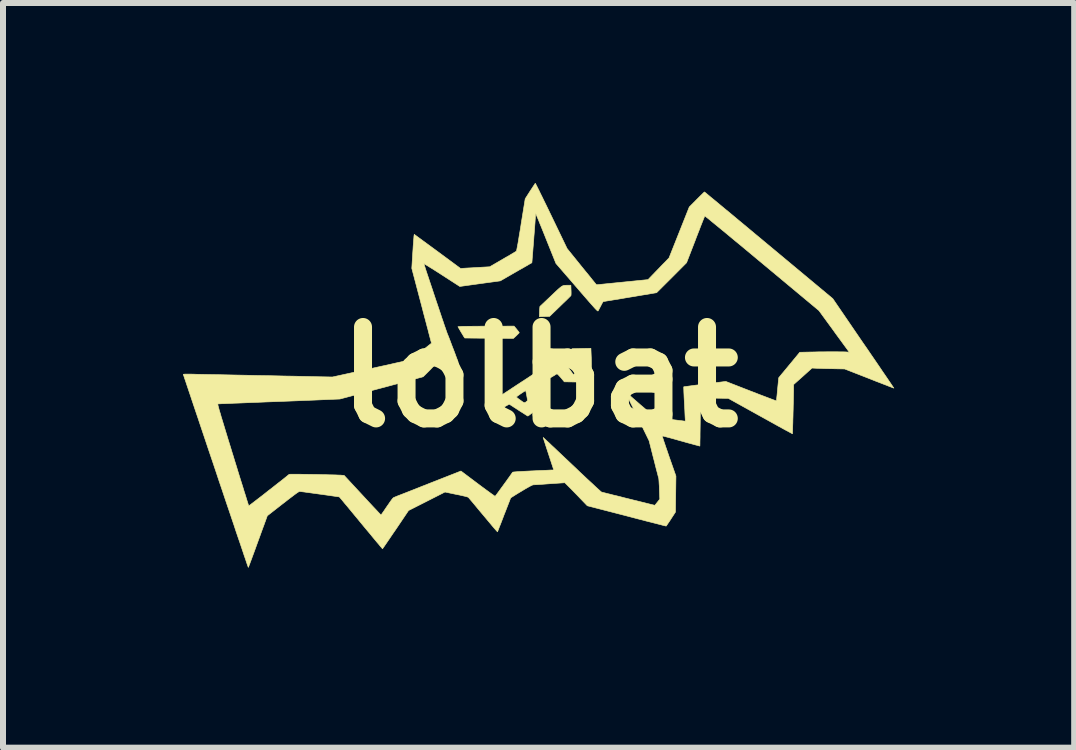
<source format=kicad_pcb>
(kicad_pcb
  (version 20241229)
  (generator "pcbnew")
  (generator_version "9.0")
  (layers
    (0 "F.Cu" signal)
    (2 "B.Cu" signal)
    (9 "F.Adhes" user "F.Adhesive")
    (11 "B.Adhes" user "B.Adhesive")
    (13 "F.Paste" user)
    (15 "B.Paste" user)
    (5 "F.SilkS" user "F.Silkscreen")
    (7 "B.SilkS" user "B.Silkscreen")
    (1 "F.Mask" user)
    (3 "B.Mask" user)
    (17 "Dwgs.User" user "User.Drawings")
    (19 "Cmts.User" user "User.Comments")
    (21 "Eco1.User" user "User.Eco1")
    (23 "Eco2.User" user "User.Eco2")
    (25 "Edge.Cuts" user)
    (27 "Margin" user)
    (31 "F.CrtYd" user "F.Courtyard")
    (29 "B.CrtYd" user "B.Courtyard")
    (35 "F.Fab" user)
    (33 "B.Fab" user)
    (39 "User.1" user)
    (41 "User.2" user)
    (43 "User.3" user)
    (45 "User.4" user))
  (footprint "lolbat"
    (layer "F.Cu")
    (at 5.939 3.234)
    (property "Reference" "lolbat" (at 0 0 0) (layer "F.SilkS") (effects (font (size 1.524 1.524) (thickness 0.3))))
    (attr through_hole)
    (fp_poly (pts (xy -0.378 -0.797) (xy -0.361 -0.775) (xy -0.346 -0.757) (xy -0.338 -0.744) (xy -0.335 -0.74) (xy -0.34 -0.733) (xy -0.352 -0.721) (xy -0.369 -0.704) (xy -0.384 -0.689) (xy -0.433 -0.644) (xy -0.673 -0.646) (xy -0.736 -0.646) (xy -0.802 -0.647) (xy -0.87 -0.647) (xy -0.935 -0.648) (xy -0.996 -0.648) (xy -1.049 -0.649) (xy -1.079 -0.649) (xy -1.244 -0.651) (xy -1.263 -0.68) (xy -1.273 -0.697) (xy -1.288 -0.722) (xy -1.305 -0.75) (xy -1.319 -0.774) (xy -1.357 -0.839) (xy -1.315 -0.843) (xy -1.302 -0.844) (xy -1.277 -0.845) (xy -1.242 -0.845) (xy -1.199 -0.846) (xy -1.147 -0.846) (xy -1.089 -0.847) (xy -1.026 -0.847) (xy -0.957 -0.848) (xy -0.886 -0.848) (xy -0.847 -0.848) (xy -0.422 -0.849) (xy -0.378 -0.797)) (stroke (width 0.01) (type solid)) (fill yes) (layer "F.SilkS"))
    (fp_poly (pts (xy 0.528 -1.448) (xy 0.529 -1.417) (xy 0.529 -1.39) (xy 0.528 -1.37) (xy 0.527 -1.36) (xy 0.527 -1.359) (xy 0.522 -1.353) (xy 0.509 -1.34) (xy 0.489 -1.32) (xy 0.463 -1.294) (xy 0.432 -1.264) (xy 0.396 -1.23) (xy 0.358 -1.193) (xy 0.347 -1.182) (xy 0.17 -1.011) (xy 0.085 -1.009) (xy 0 -1.006) (xy 0.001 -1.053) (xy 0.002 -1.083) (xy 0.003 -1.114) (xy 0.005 -1.138) (xy 0.009 -1.176) (xy 0.191 -1.348) (xy 0.237 -1.392) (xy 0.275 -1.428) (xy 0.306 -1.457) (xy 0.332 -1.48) (xy 0.353 -1.497) (xy 0.37 -1.51) (xy 0.386 -1.519) (xy 0.401 -1.525) (xy 0.416 -1.528) (xy 0.432 -1.529) (xy 0.451 -1.53) (xy 0.474 -1.53) (xy 0.478 -1.53) (xy 0.525 -1.53) (xy 0.528 -1.448)) (stroke (width 0.01) (type solid)) (fill yes) (layer "F.SilkS"))
    (fp_poly (pts (xy 0.863 -0.371) (xy 0.865 -0.328) (xy 0.866 -0.277) (xy 0.867 -0.223) (xy 0.867 -0.171) (xy 0.867 -0.139) (xy 0.867 -0.015) (xy 0.765 0.085) (xy 0.59 0.082) (xy 0.416 0.079) (xy 0.359 0.011) (xy 0.332 -0.019) (xy 0.312 -0.04) (xy 0.299 -0.051) (xy 0.292 -0.053) (xy 0.284 -0.049) (xy 0.268 -0.039) (xy 0.244 -0.024) (xy 0.213 -0.006) (xy 0.178 0.015) (xy 0.139 0.039) (xy 0.134 0.042) (xy -0.014 0.133) (xy -0.01 0.198) (xy -0.009 0.226) (xy -0.007 0.263) (xy -0.005 0.305) (xy -0.004 0.349) (xy -0.002 0.384) (xy 0.002 0.505) (xy -0.094 0.578) (xy -0.124 0.6) (xy -0.15 0.62) (xy -0.171 0.636) (xy -0.186 0.646) (xy -0.192 0.65) (xy -0.192 0.65) (xy -0.198 0.647) (xy -0.213 0.638) (xy -0.235 0.624) (xy -0.264 0.605) (xy -0.299 0.583) (xy -0.337 0.559) (xy -0.349 0.551) (xy -0.502 0.452) (xy -0.605 0.508) (xy -0.702 0.463) (xy -0.734 0.448) (xy -0.761 0.435) (xy -0.782 0.424) (xy -0.794 0.417) (xy -0.798 0.414) (xy -0.797 0.413) (xy -0.796 0.412) (xy -0.794 0.41) (xy -0.79 0.408) (xy -0.785 0.404) (xy -0.776 0.398) (xy -0.765 0.39) (xy -0.75 0.38) (xy -0.73 0.367) (xy -0.707 0.351) (xy -0.68 0.334) (xy -0.384 0.334) (xy -0.379 0.338) (xy -0.366 0.349) (xy -0.347 0.364) (xy -0.323 0.381) (xy -0.317 0.385) (xy -0.29 0.405) (xy -0.27 0.418) (xy -0.256 0.425) (xy -0.244 0.426) (xy -0.234 0.422) (xy -0.222 0.414) (xy -0.214 0.407) (xy -0.196 0.392) (xy -0.21 0.312) (xy -0.216 0.282) (xy -0.221 0.256) (xy -0.225 0.238) (xy -0.228 0.228) (xy -0.229 0.228) (xy -0.235 0.23) (xy -0.248 0.237) (xy -0.268 0.25) (xy -0.291 0.265) (xy -0.315 0.281) (xy -0.339 0.298) (xy -0.36 0.313) (xy -0.375 0.325) (xy -0.383 0.332) (xy -0.384 0.334) (xy -0.68 0.334) (xy -0.678 0.332) (xy -0.644 0.31) (xy -0.603 0.283) (xy -0.556 0.252) (xy -0.502 0.217) (xy -0.441 0.176) (xy -0.371 0.13) (xy -0.293 0.079) (xy -0.205 0.022) (xy -0.109 -0.042) (xy -0.041 -0.086) (xy 0.111 -0.187) (xy 0.469 -0.187) (xy 0.471 -0.18) (xy 0.479 -0.166) (xy 0.492 -0.146) (xy 0.509 -0.121) (xy 0.515 -0.113) (xy 0.565 -0.044) (xy 0.597 -0.057) (xy 0.621 -0.066) (xy 0.646 -0.076) (xy 0.655 -0.08) (xy 0.672 -0.086) (xy 0.679 -0.093) (xy 0.68 -0.103) (xy 0.679 -0.111) (xy 0.677 -0.127) (xy 0.674 -0.151) (xy 0.671 -0.179) (xy 0.669 -0.201) (xy 0.666 -0.237) (xy 0.663 -0.262) (xy 0.659 -0.278) (xy 0.652 -0.286) (xy 0.641 -0.285) (xy 0.623 -0.277) (xy 0.598 -0.263) (xy 0.565 -0.244) (xy 0.535 -0.226) (xy 0.508 -0.21) (xy 0.487 -0.198) (xy 0.473 -0.189) (xy 0.469 -0.187) (xy 0.111 -0.187) (xy 0.547 -0.472) (xy 0.703 -0.476) (xy 0.859 -0.479) (xy 0.863 -0.371)) (stroke (width 0.01) (type solid)) (fill yes) (layer "F.SilkS"))
    (fp_poly (pts (xy -0.065 -3.225) (xy -0.057 -3.21) (xy -0.044 -3.185) (xy -0.027 -3.151) (xy -0.006 -3.109) (xy 0.018 -3.059) (xy 0.046 -3.003) (xy 0.076 -2.941) (xy 0.109 -2.874) (xy 0.144 -2.802) (xy 0.18 -2.727) (xy 0.199 -2.688) (xy 0.462 -2.142) (xy 0.693 -1.856) (xy 0.735 -1.804) (xy 0.775 -1.755) (xy 0.813 -1.709) (xy 0.847 -1.667) (xy 0.876 -1.63) (xy 0.901 -1.6) (xy 0.92 -1.576) (xy 0.933 -1.561) (xy 0.938 -1.554) (xy 0.952 -1.538) (xy 1.811 -1.624) (xy 1.923 -1.74) (xy 1.958 -1.776) (xy 1.994 -1.813) (xy 2.028 -1.849) (xy 2.06 -1.882) (xy 2.087 -1.909) (xy 2.098 -1.92) (xy 2.161 -1.986) (xy 2.498 -2.834) (xy 2.623 -2.96) (xy 2.655 -2.992) (xy 2.684 -3.021) (xy 2.71 -3.046) (xy 2.73 -3.066) (xy 2.744 -3.079) (xy 2.751 -3.085) (xy 2.752 -3.085) (xy 2.757 -3.081) (xy 2.771 -3.07) (xy 2.794 -3.051) (xy 2.825 -3.025) (xy 2.863 -2.993) (xy 2.91 -2.955) (xy 2.963 -2.911) (xy 3.023 -2.861) (xy 3.088 -2.807) (xy 3.16 -2.748) (xy 3.237 -2.684) (xy 3.318 -2.616) (xy 3.404 -2.545) (xy 3.494 -2.47) (xy 3.587 -2.392) (xy 3.684 -2.312) (xy 3.783 -2.229) (xy 3.823 -2.196) (xy 4.89 -1.307) (xy 5.399 -0.562) (xy 5.459 -0.476) (xy 5.516 -0.392) (xy 5.571 -0.312) (xy 5.623 -0.236) (xy 5.672 -0.164) (xy 5.717 -0.097) (xy 5.759 -0.036) (xy 5.796 0.018) (xy 5.828 0.066) (xy 5.856 0.107) (xy 5.878 0.14) (xy 5.894 0.164) (xy 5.904 0.179) (xy 5.908 0.184) (xy 5.908 0.184) (xy 5.902 0.182) (xy 5.885 0.176) (xy 5.859 0.166) (xy 5.824 0.153) (xy 5.782 0.136) (xy 5.732 0.117) (xy 5.676 0.095) (xy 5.615 0.072) (xy 5.55 0.046) (xy 5.497 0.025) (xy 5.088 -0.135) (xy 4.896 -0.139) (xy 4.844 -0.14) (xy 4.792 -0.141) (xy 4.741 -0.142) (xy 4.695 -0.144) (xy 4.657 -0.145) (xy 4.628 -0.146) (xy 4.625 -0.146) (xy 4.544 -0.15) (xy 4.391 -0.012) (xy 4.237 0.125) (xy 4.237 0.176) (xy 4.237 0.197) (xy 4.237 0.227) (xy 4.236 0.266) (xy 4.235 0.311) (xy 4.234 0.362) (xy 4.233 0.417) (xy 4.231 0.475) (xy 4.23 0.535) (xy 4.228 0.595) (xy 4.227 0.655) (xy 4.225 0.712) (xy 4.224 0.766) (xy 4.222 0.815) (xy 4.221 0.858) (xy 4.22 0.894) (xy 4.219 0.921) (xy 4.218 0.938) (xy 4.218 0.945) (xy 4.218 0.945) (xy 4.212 0.942) (xy 4.196 0.934) (xy 4.171 0.92) (xy 4.138 0.902) (xy 4.096 0.88) (xy 4.047 0.853) (xy 3.992 0.823) (xy 3.931 0.789) (xy 3.866 0.753) (xy 3.796 0.714) (xy 3.722 0.673) (xy 3.682 0.651) (xy 3.149 0.355) (xy 2.684 0.348) (xy 2.681 0.748) (xy 2.68 0.817) (xy 2.679 0.882) (xy 2.678 0.943) (xy 2.678 0.998) (xy 2.677 1.046) (xy 2.676 1.086) (xy 2.676 1.117) (xy 2.675 1.139) (xy 2.675 1.149) (xy 2.675 1.15) (xy 2.668 1.149) (xy 2.651 1.144) (xy 2.625 1.137) (xy 2.589 1.128) (xy 2.547 1.116) (xy 2.498 1.103) (xy 2.443 1.088) (xy 2.385 1.071) (xy 2.361 1.065) (xy 2.301 1.048) (xy 2.245 1.032) (xy 2.194 1.018) (xy 2.149 1.006) (xy 2.11 0.996) (xy 2.08 0.988) (xy 2.059 0.983) (xy 2.048 0.981) (xy 2.047 0.981) (xy 2.048 0.987) (xy 2.053 1.004) (xy 2.062 1.03) (xy 2.073 1.065) (xy 2.088 1.108) (xy 2.104 1.157) (xy 2.123 1.211) (xy 2.143 1.27) (xy 2.159 1.317) (xy 2.276 1.65) (xy 2.272 1.95) (xy 2.268 2.25) (xy 2.192 2.367) (xy 2.17 2.401) (xy 2.15 2.43) (xy 2.133 2.455) (xy 2.121 2.473) (xy 2.113 2.483) (xy 2.112 2.484) (xy 2.106 2.482) (xy 2.088 2.478) (xy 2.06 2.471) (xy 2.022 2.461) (xy 1.976 2.449) (xy 1.921 2.435) (xy 1.859 2.419) (xy 1.79 2.402) (xy 1.716 2.382) (xy 1.636 2.362) (xy 1.553 2.34) (xy 1.465 2.317) (xy 1.454 2.314) (xy 0.799 2.145) (xy 0.686 2.028) (xy 0.651 1.991) (xy 0.613 1.952) (xy 0.576 1.914) (xy 0.541 1.878) (xy 0.511 1.848) (xy 0.499 1.836) (xy 0.424 1.761) (xy 0.17 1.778) (xy 0.115 1.782) (xy 0.062 1.786) (xy 0.015 1.789) (xy -0.027 1.792) (xy -0.061 1.794) (xy -0.086 1.795) (xy -0.1 1.796) (xy -0.103 1.796) (xy -0.113 1.799) (xy -0.131 1.807) (xy -0.157 1.82) (xy -0.191 1.839) (xy -0.235 1.864) (xy -0.288 1.896) (xy -0.298 1.902) (xy -0.34 1.927) (xy -0.379 1.951) (xy -0.413 1.972) (xy -0.441 1.99) (xy -0.462 2.003) (xy -0.475 2.012) (xy -0.477 2.015) (xy -0.481 2.022) (xy -0.488 2.039) (xy -0.498 2.066) (xy -0.512 2.101) (xy -0.528 2.143) (xy -0.547 2.191) (xy -0.567 2.243) (xy -0.589 2.298) (xy -0.61 2.354) (xy -0.63 2.406) (xy -0.648 2.453) (xy -0.665 2.494) (xy -0.678 2.529) (xy -0.688 2.555) (xy -0.695 2.572) (xy -0.698 2.579) (xy -0.698 2.579) (xy -0.702 2.575) (xy -0.714 2.563) (xy -0.732 2.542) (xy -0.756 2.515) (xy -0.785 2.481) (xy -0.818 2.441) (xy -0.855 2.397) (xy -0.895 2.349) (xy -0.936 2.3) (xy -0.979 2.249) (xy -1.02 2.2) (xy -1.057 2.155) (xy -1.091 2.114) (xy -1.121 2.078) (xy -1.146 2.049) (xy -1.165 2.026) (xy -1.177 2.012) (xy -1.182 2.006) (xy -1.191 2.001) (xy -1.21 1.995) (xy -1.239 1.987) (xy -1.279 1.978) (xy -1.331 1.966) (xy -1.383 1.956) (xy -1.573 1.916) (xy -1.876 2.07) (xy -2.18 2.224) (xy -2.395 2.543) (xy -2.434 2.599) (xy -2.47 2.652) (xy -2.503 2.701) (xy -2.533 2.745) (xy -2.559 2.783) (xy -2.581 2.815) (xy -2.598 2.839) (xy -2.609 2.855) (xy -2.614 2.861) (xy -2.614 2.862) (xy -2.619 2.857) (xy -2.63 2.843) (xy -2.649 2.822) (xy -2.673 2.792) (xy -2.704 2.756) (xy -2.739 2.714) (xy -2.779 2.666) (xy -2.822 2.613) (xy -2.87 2.556) (xy -2.92 2.496) (xy -2.972 2.433) (xy -2.974 2.431) (xy -3.026 2.367) (xy -3.076 2.307) (xy -3.123 2.25) (xy -3.167 2.197) (xy -3.207 2.148) (xy -3.243 2.106) (xy -3.273 2.069) (xy -3.298 2.039) (xy -3.317 2.017) (xy -3.329 2.003) (xy -3.333 1.998) (xy -3.333 1.998) (xy -3.34 1.996) (xy -3.358 1.994) (xy -3.385 1.99) (xy -3.42 1.985) (xy -3.462 1.979) (xy -3.509 1.972) (xy -3.56 1.965) (xy -3.614 1.957) (xy -3.669 1.95) (xy -3.724 1.942) (xy -3.777 1.935) (xy -3.828 1.928) (xy -3.874 1.922) (xy -3.914 1.916) (xy -3.948 1.912) (xy -3.972 1.909) (xy -3.987 1.907) (xy -3.99 1.907) (xy -3.995 1.907) (xy -4.002 1.908) (xy -4.01 1.912) (xy -4.021 1.919) (xy -4.036 1.928) (xy -4.055 1.942) (xy -4.08 1.96) (xy -4.11 1.983) (xy -4.147 2.011) (xy -4.193 2.046) (xy -4.246 2.088) (xy -4.273 2.108) (xy -4.534 2.312) (xy -4.558 2.378) (xy -4.564 2.396) (xy -4.575 2.424) (xy -4.588 2.461) (xy -4.605 2.506) (xy -4.624 2.558) (xy -4.645 2.616) (xy -4.667 2.677) (xy -4.691 2.742) (xy -4.715 2.808) (xy -4.738 2.872) (xy -4.76 2.932) (xy -4.781 2.988) (xy -4.799 3.038) (xy -4.816 3.082) (xy -4.829 3.118) (xy -4.84 3.146) (xy -4.847 3.164) (xy -4.851 3.172) (xy -4.851 3.172) (xy -4.853 3.166) (xy -4.859 3.149) (xy -4.869 3.121) (xy -4.882 3.083) (xy -4.898 3.035) (xy -4.918 2.978) (xy -4.94 2.911) (xy -4.965 2.837) (xy -4.993 2.754) (xy -5.024 2.664) (xy -5.057 2.567) (xy -5.091 2.463) (xy -5.128 2.354) (xy -5.167 2.238) (xy -5.208 2.118) (xy -5.25 1.993) (xy -5.293 1.864) (xy -5.338 1.732) (xy -5.383 1.596) (xy -5.392 1.569) (xy -5.438 1.432) (xy -5.483 1.299) (xy -5.527 1.169) (xy -5.569 1.043) (xy -5.61 0.921) (xy -5.649 0.805) (xy -5.686 0.694) (xy -5.722 0.588) (xy -5.755 0.49) (xy -5.768 0.45) (xy -5.36 0.45) (xy -5.359 0.456) (xy -5.357 0.467) (xy -5.353 0.483) (xy -5.347 0.505) (xy -5.34 0.533) (xy -5.33 0.568) (xy -5.317 0.61) (xy -5.303 0.66) (xy -5.285 0.718) (xy -5.265 0.784) (xy -5.242 0.86) (xy -5.216 0.945) (xy -5.187 1.041) (xy -5.154 1.147) (xy -5.118 1.265) (xy -5.108 1.296) (xy -5.078 1.395) (xy -5.048 1.491) (xy -5.02 1.583) (xy -4.993 1.671) (xy -4.967 1.753) (xy -4.943 1.829) (xy -4.922 1.899) (xy -4.902 1.961) (xy -4.885 2.016) (xy -4.871 2.062) (xy -4.859 2.099) (xy -4.851 2.125) (xy -4.845 2.142) (xy -4.843 2.147) (xy -4.838 2.143) (xy -4.824 2.133) (xy -4.803 2.117) (xy -4.774 2.095) (xy -4.74 2.069) (xy -4.7 2.038) (xy -4.657 2.005) (xy -4.61 1.969) (xy -4.562 1.931) (xy -4.513 1.892) (xy -4.463 1.854) (xy -4.414 1.815) (xy -4.367 1.778) (xy -4.323 1.744) (xy -4.282 1.712) (xy -4.246 1.683) (xy -4.216 1.659) (xy -4.193 1.64) (xy -4.177 1.627) (xy -4.174 1.625) (xy -4.171 1.623) (xy -4.165 1.621) (xy -4.155 1.62) (xy -4.141 1.619) (xy -4.121 1.619) (xy -4.094 1.619) (xy -4.061 1.619) (xy -4.02 1.619) (xy -3.969 1.62) (xy -3.909 1.621) (xy -3.838 1.622) (xy -3.766 1.623) (xy -3.695 1.624) (xy -3.626 1.626) (xy -3.561 1.627) (xy -3.5 1.629) (xy -3.446 1.63) (xy -3.399 1.631) (xy -3.36 1.633) (xy -3.331 1.634) (xy -3.313 1.634) (xy -3.311 1.635) (xy -3.254 1.639) (xy -2.949 1.968) (xy -2.899 2.022) (xy -2.851 2.074) (xy -2.807 2.121) (xy -2.766 2.165) (xy -2.73 2.203) (xy -2.699 2.236) (xy -2.674 2.263) (xy -2.655 2.283) (xy -2.643 2.295) (xy -2.64 2.298) (xy -2.635 2.293) (xy -2.625 2.28) (xy -2.61 2.258) (xy -2.59 2.23) (xy -2.568 2.197) (xy -2.543 2.16) (xy -2.54 2.156) (xy -2.51 2.113) (xy -2.487 2.079) (xy -2.468 2.053) (xy -2.454 2.034) (xy -2.442 2.02) (xy -2.433 2.012) (xy -2.425 2.006) (xy -2.422 2.005) (xy -2.413 2.002) (xy -2.394 1.994) (xy -2.365 1.982) (xy -2.326 1.967) (xy -2.28 1.949) (xy -2.226 1.928) (xy -2.165 1.904) (xy -2.099 1.878) (xy -2.028 1.85) (xy -1.953 1.82) (xy -1.875 1.79) (xy -1.854 1.781) (xy -1.307 1.566) (xy -1.025 1.778) (xy -0.973 1.817) (xy -0.924 1.853) (xy -0.878 1.887) (xy -0.838 1.916) (xy -0.803 1.942) (xy -0.774 1.962) (xy -0.753 1.977) (xy -0.741 1.986) (xy -0.737 1.987) (xy -0.733 1.982) (xy -0.722 1.968) (xy -0.706 1.947) (xy -0.686 1.92) (xy -0.662 1.887) (xy -0.636 1.851) (xy -0.608 1.813) (xy -0.58 1.774) (xy -0.552 1.736) (xy -0.526 1.699) (xy -0.501 1.665) (xy -0.481 1.636) (xy -0.464 1.612) (xy -0.452 1.595) (xy -0.447 1.587) (xy -0.443 1.585) (xy -0.433 1.583) (xy -0.416 1.581) (xy -0.391 1.579) (xy -0.358 1.576) (xy -0.316 1.574) (xy -0.264 1.571) (xy -0.201 1.568) (xy -0.127 1.564) (xy -0.12 1.564) (xy -0.058 1.561) (xy 0.002 1.558) (xy 0.056 1.556) (xy 0.105 1.554) (xy 0.147 1.552) (xy 0.181 1.55) (xy 0.205 1.549) (xy 0.219 1.549) (xy 0.221 1.549) (xy 0.24 1.549) (xy 0.151 1.278) (xy 0.133 1.223) (xy 0.116 1.171) (xy 0.101 1.125) (xy 0.088 1.084) (xy 0.077 1.051) (xy 0.07 1.026) (xy 0.065 1.011) (xy 0.064 1.006) (xy 0.068 1.01) (xy 0.081 1.022) (xy 0.102 1.042) (xy 0.13 1.068) (xy 0.165 1.1) (xy 0.205 1.139) (xy 0.252 1.182) (xy 0.303 1.231) (xy 0.358 1.283) (xy 0.417 1.339) (xy 0.48 1.398) (xy 0.545 1.46) (xy 0.545 1.46) (xy 0.61 1.521) (xy 0.672 1.581) (xy 0.732 1.637) (xy 0.788 1.69) (xy 0.84 1.738) (xy 0.888 1.782) (xy 0.929 1.821) (xy 0.965 1.854) (xy 0.995 1.881) (xy 1.017 1.901) (xy 1.031 1.913) (xy 1.037 1.917) (xy 1.045 1.919) (xy 1.064 1.924) (xy 1.093 1.931) (xy 1.131 1.941) (xy 1.178 1.952) (xy 1.231 1.966) (xy 1.291 1.98) (xy 1.355 1.996) (xy 1.424 2.014) (xy 1.485 2.029) (xy 1.557 2.047) (xy 1.624 2.063) (xy 1.687 2.079) (xy 1.745 2.093) (xy 1.796 2.106) (xy 1.84 2.117) (xy 1.876 2.126) (xy 1.902 2.132) (xy 1.918 2.136) (xy 1.923 2.137) (xy 1.928 2.133) (xy 1.939 2.12) (xy 1.953 2.102) (xy 1.966 2.086) (xy 2.007 2.034) (xy 2 1.865) (xy 1.999 1.82) (xy 1.996 1.778) (xy 1.994 1.741) (xy 1.992 1.712) (xy 1.99 1.691) (xy 1.988 1.68) (xy 1.985 1.671) (xy 1.979 1.651) (xy 1.972 1.621) (xy 1.962 1.584) (xy 1.95 1.539) (xy 1.937 1.488) (xy 1.923 1.432) (xy 1.908 1.373) (xy 1.905 1.363) (xy 1.829 1.062) (xy 1.639 0.672) (xy 1.607 0.607) (xy 1.576 0.544) (xy 1.548 0.485) (xy 1.521 0.431) (xy 1.498 0.383) (xy 1.478 0.341) (xy 1.461 0.307) (xy 1.449 0.281) (xy 1.441 0.265) (xy 1.439 0.26) (xy 1.43 0.239) (xy 1.444 0.252) (xy 1.466 0.271) (xy 1.494 0.296) (xy 1.527 0.325) (xy 1.564 0.358) (xy 1.604 0.392) (xy 1.646 0.429) (xy 1.688 0.466) (xy 1.731 0.502) (xy 1.772 0.537) (xy 1.81 0.571) (xy 1.846 0.601) (xy 1.877 0.627) (xy 1.902 0.649) (xy 1.921 0.664) (xy 1.932 0.673) (xy 1.935 0.675) (xy 1.943 0.676) (xy 1.961 0.678) (xy 1.989 0.682) (xy 2.025 0.686) (xy 2.069 0.691) (xy 2.117 0.697) (xy 2.17 0.704) (xy 2.187 0.706) (xy 2.24 0.712) (xy 2.29 0.718) (xy 2.334 0.724) (xy 2.372 0.728) (xy 2.401 0.732) (xy 2.422 0.734) (xy 2.432 0.735) (xy 2.432 0.735) (xy 2.432 0.729) (xy 2.432 0.712) (xy 2.43 0.684) (xy 2.428 0.648) (xy 2.426 0.605) (xy 2.424 0.555) (xy 2.421 0.501) (xy 2.418 0.45) (xy 2.415 0.392) (xy 2.412 0.338) (xy 2.41 0.289) (xy 2.408 0.246) (xy 2.407 0.211) (xy 2.406 0.184) (xy 2.406 0.168) (xy 2.406 0.163) (xy 2.413 0.161) (xy 2.43 0.159) (xy 2.458 0.155) (xy 2.495 0.15) (xy 2.54 0.144) (xy 2.591 0.137) (xy 2.649 0.13) (xy 2.71 0.122) (xy 2.758 0.116) (xy 3.107 0.073) (xy 3.528 0.237) (xy 3.597 0.263) (xy 3.662 0.289) (xy 3.723 0.312) (xy 3.778 0.333) (xy 3.828 0.352) (xy 3.87 0.368) (xy 3.905 0.381) (xy 3.93 0.39) (xy 3.946 0.395) (xy 3.951 0.397) (xy 3.952 0.39) (xy 3.954 0.372) (xy 3.956 0.346) (xy 3.96 0.311) (xy 3.964 0.27) (xy 3.968 0.224) (xy 3.97 0.203) (xy 3.989 0.012) (xy 4.046 -0.058) (xy 4.066 -0.081) (xy 4.092 -0.113) (xy 4.122 -0.149) (xy 4.155 -0.189) (xy 4.189 -0.23) (xy 4.222 -0.27) (xy 4.34 -0.413) (xy 4.519 -0.417) (xy 4.585 -0.418) (xy 4.653 -0.42) (xy 4.721 -0.42) (xy 4.788 -0.421) (xy 4.853 -0.421) (xy 4.914 -0.421) (xy 4.971 -0.421) (xy 5.023 -0.42) (xy 5.067 -0.42) (xy 5.104 -0.419) (xy 5.131 -0.417) (xy 5.147 -0.416) (xy 5.151 -0.415) (xy 5.162 -0.412) (xy 5.164 -0.414) (xy 5.162 -0.417) (xy 5.158 -0.423) (xy 5.147 -0.439) (xy 5.13 -0.463) (xy 5.107 -0.494) (xy 5.079 -0.532) (xy 5.047 -0.576) (xy 5.012 -0.624) (xy 4.973 -0.677) (xy 4.932 -0.733) (xy 4.908 -0.767) (xy 4.659 -1.108) (xy 3.71 -1.899) (xy 3.616 -1.977) (xy 3.524 -2.054) (xy 3.435 -2.128) (xy 3.35 -2.199) (xy 3.268 -2.266) (xy 3.191 -2.33) (xy 3.119 -2.39) (xy 3.052 -2.445) (xy 2.99 -2.496) (xy 2.935 -2.541) (xy 2.886 -2.581) (xy 2.845 -2.615) (xy 2.811 -2.643) (xy 2.784 -2.664) (xy 2.767 -2.678) (xy 2.758 -2.684) (xy 2.757 -2.685) (xy 2.754 -2.678) (xy 2.747 -2.661) (xy 2.736 -2.634) (xy 2.722 -2.599) (xy 2.705 -2.556) (xy 2.685 -2.506) (xy 2.664 -2.45) (xy 2.64 -2.389) (xy 2.615 -2.325) (xy 2.603 -2.292) (xy 2.453 -1.905) (xy 2.204 -1.655) (xy 1.954 -1.406) (xy 1.511 -1.332) (xy 1.439 -1.32) (xy 1.37 -1.308) (xy 1.306 -1.297) (xy 1.247 -1.288) (xy 1.194 -1.279) (xy 1.149 -1.272) (xy 1.113 -1.266) (xy 1.086 -1.261) (xy 1.069 -1.259) (xy 1.064 -1.258) (xy 1.06 -1.252) (xy 1.051 -1.238) (xy 1.039 -1.217) (xy 1.026 -1.191) (xy 1.023 -1.185) (xy 1.008 -1.157) (xy 0.995 -1.132) (xy 0.985 -1.113) (xy 0.978 -1.102) (xy 0.978 -1.102) (xy 0.976 -1.101) (xy 0.972 -1.102) (xy 0.966 -1.106) (xy 0.958 -1.113) (xy 0.947 -1.124) (xy 0.932 -1.139) (xy 0.913 -1.16) (xy 0.89 -1.186) (xy 0.862 -1.217) (xy 0.828 -1.256) (xy 0.788 -1.302) (xy 0.742 -1.355) (xy 0.689 -1.416) (xy 0.628 -1.487) (xy 0.623 -1.493) (xy 0.276 -1.894) (xy 0.107 -2.315) (xy 0.08 -2.383) (xy 0.054 -2.447) (xy 0.03 -2.507) (xy 0.007 -2.562) (xy -0.012 -2.61) (xy -0.029 -2.651) (xy -0.043 -2.684) (xy -0.053 -2.708) (xy -0.06 -2.722) (xy -0.062 -2.726) (xy -0.063 -2.712) (xy -0.064 -2.689) (xy -0.067 -2.656) (xy -0.07 -2.615) (xy -0.073 -2.568) (xy -0.077 -2.515) (xy -0.081 -2.458) (xy -0.086 -2.398) (xy -0.091 -2.337) (xy -0.095 -2.275) (xy -0.1 -2.215) (xy -0.105 -2.156) (xy -0.109 -2.1) (xy -0.113 -2.049) (xy -0.117 -2.004) (xy -0.12 -1.966) (xy -0.122 -1.936) (xy -0.124 -1.916) (xy -0.125 -1.906) (xy -0.125 -1.906) (xy -0.13 -1.902) (xy -0.146 -1.893) (xy -0.17 -1.88) (xy -0.201 -1.861) (xy -0.24 -1.839) (xy -0.283 -1.814) (xy -0.332 -1.787) (xy -0.383 -1.757) (xy -0.389 -1.754) (xy -0.651 -1.603) (xy -0.988 -1.557) (xy -1.326 -1.51) (xy -1.625 -1.703) (xy -1.679 -1.738) (xy -1.731 -1.771) (xy -1.778 -1.801) (xy -1.821 -1.827) (xy -1.857 -1.85) (xy -1.887 -1.868) (xy -1.909 -1.882) (xy -1.922 -1.889) (xy -1.925 -1.89) (xy -1.923 -1.884) (xy -1.918 -1.867) (xy -1.909 -1.84) (xy -1.898 -1.804) (xy -1.884 -1.761) (xy -1.867 -1.71) (xy -1.848 -1.654) (xy -1.828 -1.593) (xy -1.806 -1.527) (xy -1.783 -1.459) (xy -1.76 -1.389) (xy -1.736 -1.317) (xy -1.712 -1.245) (xy -1.688 -1.175) (xy -1.665 -1.106) (xy -1.643 -1.04) (xy -1.622 -0.977) (xy -1.602 -0.92) (xy -1.585 -0.868) (xy -1.569 -0.823) (xy -1.556 -0.785) (xy -1.546 -0.756) (xy -1.539 -0.737) (xy -1.536 -0.728) (xy -1.536 -0.728) (xy -1.532 -0.718) (xy -1.524 -0.699) (xy -1.513 -0.672) (xy -1.5 -0.638) (xy -1.485 -0.599) (xy -1.469 -0.556) (xy -1.452 -0.511) (xy -1.434 -0.465) (xy -1.417 -0.421) (xy -1.401 -0.378) (xy -1.387 -0.339) (xy -1.374 -0.305) (xy -1.364 -0.278) (xy -1.357 -0.259) (xy -1.354 -0.249) (xy -1.354 -0.249) (xy -1.36 -0.251) (xy -1.374 -0.26) (xy -1.394 -0.274) (xy -1.421 -0.292) (xy -1.451 -0.313) (xy -1.455 -0.315) (xy -1.486 -0.337) (xy -1.513 -0.355) (xy -1.536 -0.37) (xy -1.552 -0.38) (xy -1.56 -0.384) (xy -1.56 -0.384) (xy -1.565 -0.38) (xy -1.578 -0.367) (xy -1.598 -0.348) (xy -1.624 -0.322) (xy -1.654 -0.292) (xy -1.689 -0.256) (xy -1.726 -0.218) (xy -1.747 -0.197) (xy -1.786 -0.157) (xy -1.822 -0.119) (xy -1.856 -0.085) (xy -1.885 -0.056) (xy -1.908 -0.033) (xy -1.926 -0.016) (xy -1.936 -0.006) (xy -1.938 -0.005) (xy -1.945 -0.003) (xy -1.964 0.003) (xy -1.993 0.01) (xy -2.031 0.021) (xy -2.079 0.034) (xy -2.134 0.049) (xy -2.197 0.066) (xy -2.267 0.084) (xy -2.343 0.105) (xy -2.423 0.126) (xy -2.508 0.149) (xy -2.597 0.173) (xy -2.636 0.183) (xy -3.324 0.366) (xy -3.615 0.378) (xy -3.703 0.382) (xy -3.803 0.386) (xy -3.912 0.39) (xy -4.03 0.395) (xy -4.154 0.4) (xy -4.284 0.405) (xy -4.419 0.41) (xy -4.557 0.415) (xy -4.696 0.421) (xy -4.835 0.426) (xy -4.974 0.432) (xy -5.027 0.434) (xy -5.09 0.436) (xy -5.148 0.439) (xy -5.202 0.441) (xy -5.25 0.443) (xy -5.291 0.444) (xy -5.323 0.446) (xy -5.346 0.447) (xy -5.358 0.448) (xy -5.359 0.448) (xy -5.36 0.45) (xy -5.768 0.45) (xy -5.786 0.398) (xy -5.814 0.313) (xy -5.84 0.236) (xy -5.863 0.168) (xy -5.883 0.108) (xy -5.9 0.057) (xy -5.914 0.017) (xy -5.924 -0.014) (xy -5.931 -0.034) (xy -5.934 -0.042) (xy -5.934 -0.043) (xy -5.933 -0.045) (xy -5.929 -0.047) (xy -5.919 -0.048) (xy -5.903 -0.049) (xy -5.879 -0.049) (xy -5.847 -0.049) (xy -5.805 -0.049) (xy -5.752 -0.048) (xy -5.739 -0.047) (xy -5.65 -0.045) (xy -5.55 -0.043) (xy -5.439 -0.041) (xy -5.316 -0.039) (xy -5.181 -0.036) (xy -5.035 -0.033) (xy -4.877 -0.03) (xy -4.706 -0.026) (xy -4.524 -0.023) (xy -4.46 -0.022) (xy -4.375 -0.02) (xy -4.288 -0.018) (xy -4.199 -0.016) (xy -4.111 -0.015) (xy -4.025 -0.013) (xy -3.944 -0.011) (xy -3.869 -0.01) (xy -3.801 -0.008) (xy -3.743 -0.007) (xy -3.711 -0.006) (xy -3.448 -0.001) (xy -2.801 -0.143) (xy -2.714 -0.162) (xy -2.629 -0.181) (xy -2.549 -0.198) (xy -2.474 -0.215) (xy -2.405 -0.231) (xy -2.342 -0.245) (xy -2.287 -0.257) (xy -2.24 -0.268) (xy -2.201 -0.276) (xy -2.173 -0.283) (xy -2.154 -0.287) (xy -2.148 -0.289) (xy -2.141 -0.294) (xy -2.126 -0.306) (xy -2.104 -0.323) (xy -2.075 -0.345) (xy -2.042 -0.372) (xy -2.004 -0.401) (xy -1.969 -0.429) (xy -1.798 -0.564) (xy -1.803 -0.584) (xy -1.805 -0.593) (xy -1.811 -0.613) (xy -1.819 -0.643) (xy -1.829 -0.682) (xy -1.842 -0.731) (xy -1.856 -0.787) (xy -1.873 -0.85) (xy -1.891 -0.919) (xy -1.911 -0.994) (xy -1.932 -1.073) (xy -1.953 -1.155) (xy -1.967 -1.208) (xy -2.126 -1.812) (xy -2.11 -2.072) (xy -2.106 -2.129) (xy -2.103 -2.182) (xy -2.099 -2.231) (xy -2.096 -2.274) (xy -2.093 -2.309) (xy -2.091 -2.335) (xy -2.09 -2.352) (xy -2.089 -2.355) (xy -2.085 -2.378) (xy -1.698 -2.094) (xy -1.312 -1.809) (xy -1.265 -1.813) (xy -1.247 -1.814) (xy -1.218 -1.816) (xy -1.181 -1.818) (xy -1.138 -1.82) (xy -1.09 -1.823) (xy -1.04 -1.826) (xy -1.022 -1.827) (xy -0.827 -1.838) (xy -0.61 -1.964) (xy -0.563 -1.992) (xy -0.518 -2.017) (xy -0.478 -2.041) (xy -0.444 -2.061) (xy -0.416 -2.078) (xy -0.396 -2.09) (xy -0.386 -2.097) (xy -0.384 -2.098) (xy -0.381 -2.105) (xy -0.377 -2.121) (xy -0.372 -2.148) (xy -0.365 -2.185) (xy -0.356 -2.232) (xy -0.346 -2.291) (xy -0.335 -2.361) (xy -0.321 -2.442) (xy -0.306 -2.536) (xy -0.306 -2.539) (xy -0.236 -2.971) (xy -0.155 -3.098) (xy -0.132 -3.133) (xy -0.111 -3.165) (xy -0.093 -3.192) (xy -0.079 -3.213) (xy -0.071 -3.226) (xy -0.068 -3.229) (xy -0.065 -3.225)) (stroke (width 0.01) (type solid)) (fill yes) (layer "F.SilkS")))
  (gr_rect
    (start -3 -3)
    (end 14.852 9.411)
    (stroke (width 0.1) (type default))
    (fill no)
    (layer "Edge.Cuts")))
</source>
